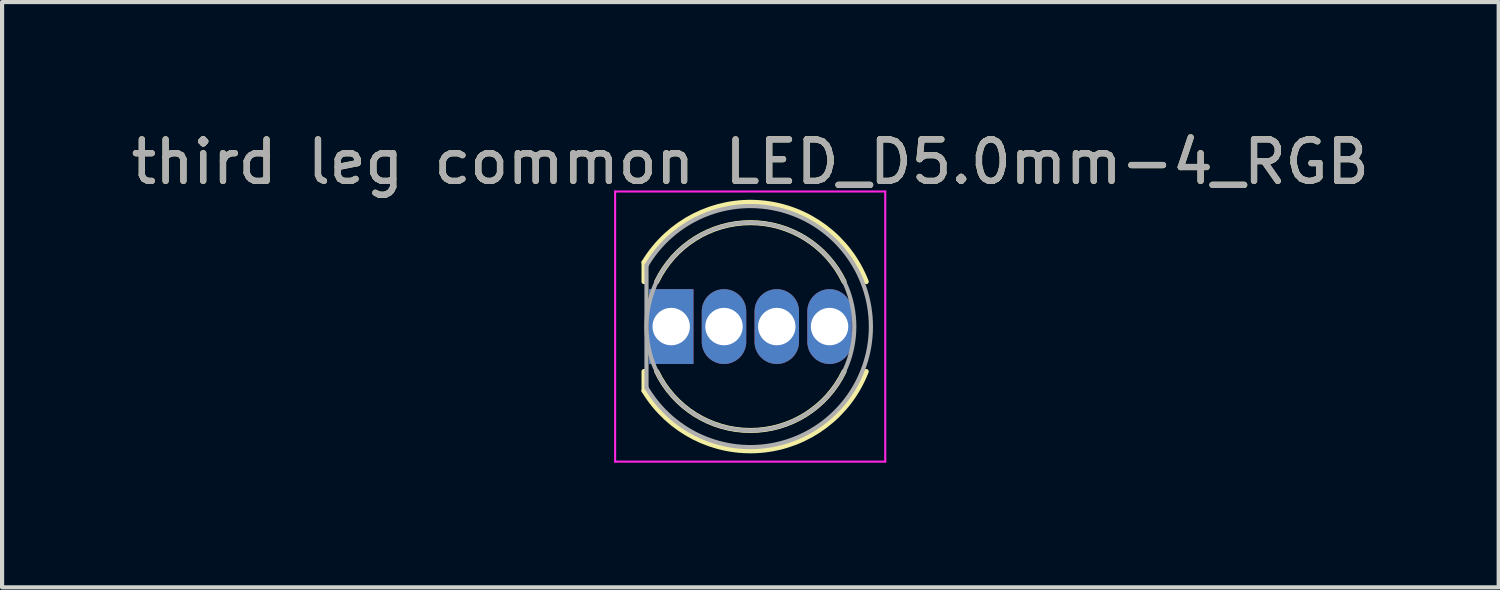
<source format=kicad_pcb>
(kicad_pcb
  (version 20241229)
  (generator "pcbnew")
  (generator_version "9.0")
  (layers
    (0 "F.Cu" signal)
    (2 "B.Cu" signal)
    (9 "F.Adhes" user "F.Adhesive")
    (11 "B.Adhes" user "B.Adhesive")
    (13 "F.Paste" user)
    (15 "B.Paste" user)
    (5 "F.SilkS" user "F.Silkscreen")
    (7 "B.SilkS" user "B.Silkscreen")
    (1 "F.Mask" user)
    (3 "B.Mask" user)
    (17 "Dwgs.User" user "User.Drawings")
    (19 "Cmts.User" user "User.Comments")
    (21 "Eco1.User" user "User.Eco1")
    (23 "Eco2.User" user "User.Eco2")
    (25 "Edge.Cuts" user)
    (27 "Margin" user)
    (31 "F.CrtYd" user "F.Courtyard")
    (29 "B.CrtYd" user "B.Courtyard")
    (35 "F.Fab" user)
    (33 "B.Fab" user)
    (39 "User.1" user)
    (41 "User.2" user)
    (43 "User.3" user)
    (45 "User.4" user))
  (footprint "third leg common LED_D5.0mm-4_RGB"
    (layer "F.Cu")
    (at 13.101 4.808)
    (property "Reference" "third leg common LED_D5.0mm-4_RGB" (at 1.905 -3.96 0) (layer "F.SilkS") (effects (font (size 1 1) (thickness 0.15))))
    (attr through_hole)
    (fp_line (start -0.655 -1.545) (end -0.655 -1.08) (stroke (width 0.12) (type solid)) (layer "F.SilkS"))
    (fp_line (start -0.655 1.08) (end -0.655 1.545) (stroke (width 0.12) (type solid)) (layer "F.SilkS"))
    (fp_arc (start -0.655 -1.54483) (mid 2.163456 -2.978809) (end 4.692815 -1.080827) (stroke (width 0.12) (type solid)) (layer "F.SilkS"))
    (fp_arc (start -0.349684 -1.08) (mid 1.904762 -2.5) (end 4.159479 -1.080429) (stroke (width 0.12) (type solid)) (layer "F.SilkS"))
    (fp_arc (start 4.159479 1.080429) (mid 1.904762 2.5) (end -0.349684 1.08) (stroke (width 0.12) (type solid)) (layer "F.SilkS"))
    (fp_arc (start 4.692815 1.080827) (mid 2.163456 2.978808) (end -0.655 1.54483) (stroke (width 0.12) (type solid)) (layer "F.SilkS"))
    (fp_line (start -1.35 -3.25) (end -1.35 3.25) (stroke (width 0.05) (type solid)) (layer "F.CrtYd"))
    (fp_line (start -1.35 3.25) (end 5.15 3.25) (stroke (width 0.05) (type solid)) (layer "F.CrtYd"))
    (fp_line (start 5.15 -3.25) (end -1.35 -3.25) (stroke (width 0.05) (type solid)) (layer "F.CrtYd"))
    (fp_line (start 5.15 3.25) (end 5.15 -3.25) (stroke (width 0.05) (type solid)) (layer "F.CrtYd"))
    (fp_line (start -0.595 -1.47) (end -0.595 1.47) (stroke (width 0.1) (type solid)) (layer "F.Fab"))
    (fp_arc (start -0.595 -1.469694) (mid 4.805 0.000016) (end -0.595016 1.469666) (stroke (width 0.1) (type solid)) (layer "F.Fab"))
    (fp_circle (center 1.905 0) (end 4.405 0) (stroke (width 0.1) (type solid)) (fill no) (layer "F.Fab"))
    (fp_text user "${REFERENCE}" (at 1.905 -3.96 0) (layer "F.Fab") (effects (font (size 1 1) (thickness 0.15))))
    (pad "1" thru_hole oval (at 1.27 0) (size 1.07 1.8) (drill 0.9) (layers "*.Cu" "*.Mask"))
    (pad "2" thru_hole rect (at 0 0) (size 1.07 1.8) (drill 0.9) (layers "*.Cu" "*.Mask"))
    (pad "3" thru_hole oval (at 3.81 0) (size 1.07 1.8) (drill 0.9) (layers "*.Cu" "*.Mask"))
    (pad "4" thru_hole oval (at 2.54 0) (size 1.07 1.8) (drill 0.9) (layers "*.Cu" "*.Mask")))
  (gr_rect
    (start -3 -3)
    (end 33.012 11.083)
    (stroke (width 0.1) (type default))
    (fill no)
    (layer "Edge.Cuts")))
</source>
